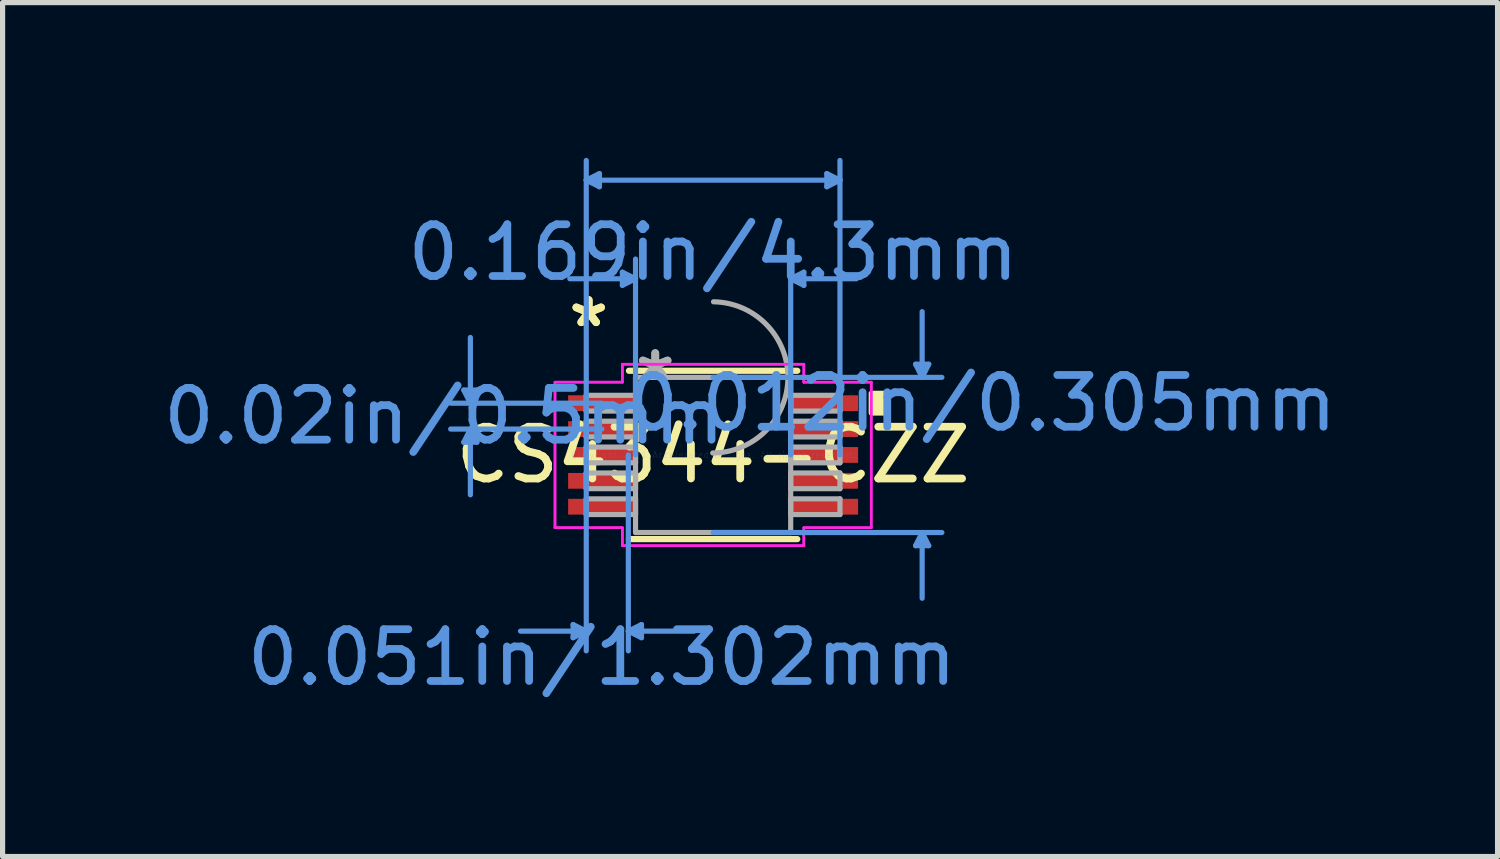
<source format=kicad_pcb>
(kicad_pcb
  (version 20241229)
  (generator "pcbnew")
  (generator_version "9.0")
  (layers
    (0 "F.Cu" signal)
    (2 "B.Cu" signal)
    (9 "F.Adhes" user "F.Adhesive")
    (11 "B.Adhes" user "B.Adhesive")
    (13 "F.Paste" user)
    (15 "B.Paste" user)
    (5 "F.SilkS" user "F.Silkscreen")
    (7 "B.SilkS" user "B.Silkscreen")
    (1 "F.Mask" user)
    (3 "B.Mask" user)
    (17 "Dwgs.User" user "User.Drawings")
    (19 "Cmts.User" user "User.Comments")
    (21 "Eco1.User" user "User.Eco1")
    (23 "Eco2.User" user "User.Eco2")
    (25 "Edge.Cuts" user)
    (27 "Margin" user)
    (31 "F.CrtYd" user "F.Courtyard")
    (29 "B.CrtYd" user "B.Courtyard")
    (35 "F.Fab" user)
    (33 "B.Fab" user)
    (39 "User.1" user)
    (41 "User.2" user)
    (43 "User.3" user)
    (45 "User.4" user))
  (footprint "CS4344-CZZ"
    (layer "F.Cu")
    (at 10.728 5.74)
    (property "Reference" "CS4344-CZZ" (at 0 0 0) (layer "F.SilkS") (effects (font (size 1 1) (thickness 0.15))))
    (attr through_hole)
    (fp_line (start -1.626 1.626) (end 1.626 1.626) (stroke (width 0.12) (type solid)) (layer "F.SilkS"))
    (fp_line (start 1.626 -1.626) (end -1.626 -1.626) (stroke (width 0.12) (type solid)) (layer "F.SilkS"))
    (fp_poly (pts (xy 3.309 -1.191) (xy 3.309 -0.81) (xy 3.055 -0.81) (xy 3.055 -1.191)) (stroke (width 0.1) (type solid)) (fill yes) (layer "F.SilkS"))
    (fp_line (start -4.817 -1.254) (end -4.563 -1.254) (stroke (width 0.1) (type solid)) (layer "Cmts.User"))
    (fp_line (start -4.817 -0.246) (end -4.563 -0.246) (stroke (width 0.1) (type solid)) (layer "Cmts.User"))
    (fp_line (start -4.69 -1) (end -4.817 -1.254) (stroke (width 0.1) (type solid)) (layer "Cmts.User"))
    (fp_line (start -4.69 -1) (end -4.69 -2.27) (stroke (width 0.1) (type solid)) (layer "Cmts.User"))
    (fp_line (start -4.69 -1) (end -4.563 -1.254) (stroke (width 0.1) (type solid)) (layer "Cmts.User"))
    (fp_line (start -4.69 -0.5) (end -4.817 -0.246) (stroke (width 0.1) (type solid)) (layer "Cmts.User"))
    (fp_line (start -4.69 -0.5) (end -4.69 0.77) (stroke (width 0.1) (type solid)) (layer "Cmts.User"))
    (fp_line (start -4.69 -0.5) (end -4.563 -0.246) (stroke (width 0.1) (type solid)) (layer "Cmts.User"))
    (fp_line (start -2.705 3.277) (end -2.705 3.531) (stroke (width 0.1) (type solid)) (layer "Cmts.User"))
    (fp_line (start -2.451 -5.309) (end -2.197 -5.436) (stroke (width 0.1) (type solid)) (layer "Cmts.User"))
    (fp_line (start -2.451 -5.309) (end -2.197 -5.182) (stroke (width 0.1) (type solid)) (layer "Cmts.User"))
    (fp_line (start -2.451 -5.309) (end 2.451 -5.309) (stroke (width 0.1) (type solid)) (layer "Cmts.User"))
    (fp_line (start -2.451 0) (end -2.451 -5.69) (stroke (width 0.1) (type solid)) (layer "Cmts.User"))
    (fp_line (start -2.451 0) (end -2.451 3.785) (stroke (width 0.1) (type solid)) (layer "Cmts.User"))
    (fp_line (start -2.451 3.404) (end -3.721 3.404) (stroke (width 0.1) (type solid)) (layer "Cmts.User"))
    (fp_line (start -2.451 3.404) (end -2.705 3.277) (stroke (width 0.1) (type solid)) (layer "Cmts.User"))
    (fp_line (start -2.451 3.404) (end -2.705 3.531) (stroke (width 0.1) (type solid)) (layer "Cmts.User"))
    (fp_line (start -2.197 -5.436) (end -2.197 -5.182) (stroke (width 0.1) (type solid)) (layer "Cmts.User"))
    (fp_line (start -2.15 -1) (end -5.071 -1) (stroke (width 0.1) (type solid)) (layer "Cmts.User"))
    (fp_line (start -2.15 -0.5) (end -5.071 -0.5) (stroke (width 0.1) (type solid)) (layer "Cmts.User"))
    (fp_line (start -1.753 -3.531) (end -1.753 -3.277) (stroke (width 0.1) (type solid)) (layer "Cmts.User"))
    (fp_line (start -1.638 0) (end -1.638 3.785) (stroke (width 0.1) (type solid)) (layer "Cmts.User"))
    (fp_line (start -1.638 3.404) (end -1.384 3.277) (stroke (width 0.1) (type solid)) (layer "Cmts.User"))
    (fp_line (start -1.638 3.404) (end -1.384 3.531) (stroke (width 0.1) (type solid)) (layer "Cmts.User"))
    (fp_line (start -1.638 3.404) (end -0.368 3.404) (stroke (width 0.1) (type solid)) (layer "Cmts.User"))
    (fp_line (start -1.499 -3.404) (end -2.769 -3.404) (stroke (width 0.1) (type solid)) (layer "Cmts.User"))
    (fp_line (start -1.499 -3.404) (end -1.753 -3.531) (stroke (width 0.1) (type solid)) (layer "Cmts.User"))
    (fp_line (start -1.499 -3.404) (end -1.753 -3.277) (stroke (width 0.1) (type solid)) (layer "Cmts.User"))
    (fp_line (start -1.499 0) (end -1.499 -3.785) (stroke (width 0.1) (type solid)) (layer "Cmts.User"))
    (fp_line (start -1.384 3.277) (end -1.384 3.531) (stroke (width 0.1) (type solid)) (layer "Cmts.User"))
    (fp_line (start 0 -1.499) (end 4.42 -1.499) (stroke (width 0.1) (type solid)) (layer "Cmts.User"))
    (fp_line (start 0 1.499) (end 4.42 1.499) (stroke (width 0.1) (type solid)) (layer "Cmts.User"))
    (fp_line (start 1.499 -3.404) (end 1.753 -3.531) (stroke (width 0.1) (type solid)) (layer "Cmts.User"))
    (fp_line (start 1.499 -3.404) (end 1.753 -3.277) (stroke (width 0.1) (type solid)) (layer "Cmts.User"))
    (fp_line (start 1.499 -3.404) (end 2.769 -3.404) (stroke (width 0.1) (type solid)) (layer "Cmts.User"))
    (fp_line (start 1.499 0) (end 1.499 -3.785) (stroke (width 0.1) (type solid)) (layer "Cmts.User"))
    (fp_line (start 1.753 -3.531) (end 1.753 -3.277) (stroke (width 0.1) (type solid)) (layer "Cmts.User"))
    (fp_line (start 2.197 -5.436) (end 2.197 -5.182) (stroke (width 0.1) (type solid)) (layer "Cmts.User"))
    (fp_line (start 2.451 -5.309) (end 2.197 -5.436) (stroke (width 0.1) (type solid)) (layer "Cmts.User"))
    (fp_line (start 2.451 -5.309) (end 2.197 -5.182) (stroke (width 0.1) (type solid)) (layer "Cmts.User"))
    (fp_line (start 2.451 0) (end 2.451 -5.69) (stroke (width 0.1) (type solid)) (layer "Cmts.User"))
    (fp_line (start 3.912 -1.753) (end 4.166 -1.753) (stroke (width 0.1) (type solid)) (layer "Cmts.User"))
    (fp_line (start 3.912 1.753) (end 4.166 1.753) (stroke (width 0.1) (type solid)) (layer "Cmts.User"))
    (fp_line (start 4.039 -1.499) (end 3.912 -1.753) (stroke (width 0.1) (type solid)) (layer "Cmts.User"))
    (fp_line (start 4.039 -1.499) (end 4.039 -2.769) (stroke (width 0.1) (type solid)) (layer "Cmts.User"))
    (fp_line (start 4.039 -1.499) (end 4.166 -1.753) (stroke (width 0.1) (type solid)) (layer "Cmts.User"))
    (fp_line (start 4.039 1.499) (end 3.912 1.753) (stroke (width 0.1) (type solid)) (layer "Cmts.User"))
    (fp_line (start 4.039 1.499) (end 4.039 2.769) (stroke (width 0.1) (type solid)) (layer "Cmts.User"))
    (fp_line (start 4.039 1.499) (end 4.166 1.753) (stroke (width 0.1) (type solid)) (layer "Cmts.User"))
    (fp_line (start -3.055 -1.406) (end -1.753 -1.406) (stroke (width 0.05) (type solid)) (layer "F.CrtYd"))
    (fp_line (start -3.055 -1.406) (end -1.753 -1.406) (stroke (width 0.05) (type solid)) (layer "F.CrtYd"))
    (fp_line (start -3.055 1.406) (end -3.055 -1.406) (stroke (width 0.05) (type solid)) (layer "F.CrtYd"))
    (fp_line (start -3.055 1.406) (end -3.055 -1.406) (stroke (width 0.05) (type solid)) (layer "F.CrtYd"))
    (fp_line (start -3.055 1.406) (end -1.753 1.406) (stroke (width 0.05) (type solid)) (layer "F.CrtYd"))
    (fp_line (start -1.753 -1.753) (end 1.753 -1.753) (stroke (width 0.05) (type solid)) (layer "F.CrtYd"))
    (fp_line (start -1.753 -1.753) (end 1.753 -1.753) (stroke (width 0.05) (type solid)) (layer "F.CrtYd"))
    (fp_line (start -1.753 -1.406) (end -1.753 -1.753) (stroke (width 0.05) (type solid)) (layer "F.CrtYd"))
    (fp_line (start -1.753 -1.406) (end -1.753 -1.753) (stroke (width 0.05) (type solid)) (layer "F.CrtYd"))
    (fp_line (start -1.753 1.406) (end -3.055 1.406) (stroke (width 0.05) (type solid)) (layer "F.CrtYd"))
    (fp_line (start -1.753 1.753) (end -1.753 1.406) (stroke (width 0.05) (type solid)) (layer "F.CrtYd"))
    (fp_line (start -1.753 1.753) (end -1.753 1.406) (stroke (width 0.05) (type solid)) (layer "F.CrtYd"))
    (fp_line (start 1.753 -1.753) (end 1.753 -1.406) (stroke (width 0.05) (type solid)) (layer "F.CrtYd"))
    (fp_line (start 1.753 -1.753) (end 1.753 -1.406) (stroke (width 0.05) (type solid)) (layer "F.CrtYd"))
    (fp_line (start 1.753 -1.406) (end 3.055 -1.406) (stroke (width 0.05) (type solid)) (layer "F.CrtYd"))
    (fp_line (start 1.753 1.406) (end 1.753 1.753) (stroke (width 0.05) (type solid)) (layer "F.CrtYd"))
    (fp_line (start 1.753 1.406) (end 1.753 1.753) (stroke (width 0.05) (type solid)) (layer "F.CrtYd"))
    (fp_line (start 1.753 1.753) (end -1.753 1.753) (stroke (width 0.05) (type solid)) (layer "F.CrtYd"))
    (fp_line (start 1.753 1.753) (end -1.753 1.753) (stroke (width 0.05) (type solid)) (layer "F.CrtYd"))
    (fp_line (start 3.055 -1.406) (end 1.753 -1.406) (stroke (width 0.05) (type solid)) (layer "F.CrtYd"))
    (fp_line (start 3.055 -1.406) (end 3.055 1.406) (stroke (width 0.05) (type solid)) (layer "F.CrtYd"))
    (fp_line (start 3.055 -1.406) (end 3.055 1.406) (stroke (width 0.05) (type solid)) (layer "F.CrtYd"))
    (fp_line (start 3.055 1.406) (end 1.753 1.406) (stroke (width 0.05) (type solid)) (layer "F.CrtYd"))
    (fp_line (start 3.055 1.406) (end 1.753 1.406) (stroke (width 0.05) (type solid)) (layer "F.CrtYd"))
    (fp_line (start -2.451 -1.152) (end -2.451 -0.848) (stroke (width 0.1) (type solid)) (layer "F.Fab"))
    (fp_line (start -2.451 -0.848) (end -1.499 -0.848) (stroke (width 0.1) (type solid)) (layer "F.Fab"))
    (fp_line (start -2.451 -0.652) (end -2.451 -0.348) (stroke (width 0.1) (type solid)) (layer "F.Fab"))
    (fp_line (start -2.451 -0.348) (end -1.499 -0.348) (stroke (width 0.1) (type solid)) (layer "F.Fab"))
    (fp_line (start -2.451 -0.152) (end -2.451 0.152) (stroke (width 0.1) (type solid)) (layer "F.Fab"))
    (fp_line (start -2.451 0.152) (end -1.499 0.152) (stroke (width 0.1) (type solid)) (layer "F.Fab"))
    (fp_line (start -2.451 0.348) (end -2.451 0.652) (stroke (width 0.1) (type solid)) (layer "F.Fab"))
    (fp_line (start -2.451 0.652) (end -1.499 0.652) (stroke (width 0.1) (type solid)) (layer "F.Fab"))
    (fp_line (start -2.451 0.848) (end -2.451 1.152) (stroke (width 0.1) (type solid)) (layer "F.Fab"))
    (fp_line (start -2.451 1.152) (end -1.499 1.152) (stroke (width 0.1) (type solid)) (layer "F.Fab"))
    (fp_line (start -1.499 -1.499) (end -1.499 1.499) (stroke (width 0.1) (type solid)) (layer "F.Fab"))
    (fp_line (start -1.499 -1.152) (end -2.451 -1.152) (stroke (width 0.1) (type solid)) (layer "F.Fab"))
    (fp_line (start -1.499 -0.848) (end -1.499 -1.152) (stroke (width 0.1) (type solid)) (layer "F.Fab"))
    (fp_line (start -1.499 -0.652) (end -2.451 -0.652) (stroke (width 0.1) (type solid)) (layer "F.Fab"))
    (fp_line (start -1.499 -0.348) (end -1.499 -0.652) (stroke (width 0.1) (type solid)) (layer "F.Fab"))
    (fp_line (start -1.499 -0.152) (end -2.451 -0.152) (stroke (width 0.1) (type solid)) (layer "F.Fab"))
    (fp_line (start -1.499 0.152) (end -1.499 -0.152) (stroke (width 0.1) (type solid)) (layer "F.Fab"))
    (fp_line (start -1.499 0.348) (end -2.451 0.348) (stroke (width 0.1) (type solid)) (layer "F.Fab"))
    (fp_line (start -1.499 0.652) (end -1.499 0.348) (stroke (width 0.1) (type solid)) (layer "F.Fab"))
    (fp_line (start -1.499 0.848) (end -2.451 0.848) (stroke (width 0.1) (type solid)) (layer "F.Fab"))
    (fp_line (start -1.499 1.152) (end -1.499 0.848) (stroke (width 0.1) (type solid)) (layer "F.Fab"))
    (fp_line (start -1.499 1.499) (end 1.499 1.499) (stroke (width 0.1) (type solid)) (layer "F.Fab"))
    (fp_line (start 1.499 -1.499) (end -1.499 -1.499) (stroke (width 0.1) (type solid)) (layer "F.Fab"))
    (fp_line (start 1.499 -1.152) (end 1.499 -0.848) (stroke (width 0.1) (type solid)) (layer "F.Fab"))
    (fp_line (start 1.499 -0.848) (end 2.451 -0.848) (stroke (width 0.1) (type solid)) (layer "F.Fab"))
    (fp_line (start 1.499 -0.652) (end 1.499 -0.348) (stroke (width 0.1) (type solid)) (layer "F.Fab"))
    (fp_line (start 1.499 -0.348) (end 2.451 -0.348) (stroke (width 0.1) (type solid)) (layer "F.Fab"))
    (fp_line (start 1.499 -0.152) (end 1.499 0.152) (stroke (width 0.1) (type solid)) (layer "F.Fab"))
    (fp_line (start 1.499 0.152) (end 2.451 0.152) (stroke (width 0.1) (type solid)) (layer "F.Fab"))
    (fp_line (start 1.499 0.348) (end 1.499 0.652) (stroke (width 0.1) (type solid)) (layer "F.Fab"))
    (fp_line (start 1.499 0.652) (end 2.451 0.652) (stroke (width 0.1) (type solid)) (layer "F.Fab"))
    (fp_line (start 1.499 0.848) (end 1.499 1.152) (stroke (width 0.1) (type solid)) (layer "F.Fab"))
    (fp_line (start 1.499 1.152) (end 2.451 1.152) (stroke (width 0.1) (type solid)) (layer "F.Fab"))
    (fp_line (start 1.499 1.499) (end 1.499 -1.499) (stroke (width 0.1) (type solid)) (layer "F.Fab"))
    (fp_line (start 2.451 -1.152) (end 1.499 -1.152) (stroke (width 0.1) (type solid)) (layer "F.Fab"))
    (fp_line (start 2.451 -0.848) (end 2.451 -1.152) (stroke (width 0.1) (type solid)) (layer "F.Fab"))
    (fp_line (start 2.451 -0.652) (end 1.499 -0.652) (stroke (width 0.1) (type solid)) (layer "F.Fab"))
    (fp_line (start 2.451 -0.348) (end 2.451 -0.652) (stroke (width 0.1) (type solid)) (layer "F.Fab"))
    (fp_line (start 2.451 -0.152) (end 1.499 -0.152) (stroke (width 0.1) (type solid)) (layer "F.Fab"))
    (fp_line (start 2.451 0.152) (end 2.451 -0.152) (stroke (width 0.1) (type solid)) (layer "F.Fab"))
    (fp_line (start 2.451 0.348) (end 1.499 0.348) (stroke (width 0.1) (type solid)) (layer "F.Fab"))
    (fp_line (start 2.451 0.652) (end 2.451 0.348) (stroke (width 0.1) (type solid)) (layer "F.Fab"))
    (fp_line (start 2.451 0.848) (end 1.499 0.848) (stroke (width 0.1) (type solid)) (layer "F.Fab"))
    (fp_line (start 2.451 1.152) (end 2.451 0.848) (stroke (width 0.1) (type solid)) (layer "F.Fab"))
    (fp_arc (start 0.007742 -2.959136) (mid 1.460536 -1.490858) (end -0.007742 -0.038064) (stroke (width 0.1) (type solid)) (layer "F.Fab"))
    (fp_text user "*" (at -2.404 -2.448 0) (layer "F.SilkS") (effects (font (size 1 1) (thickness 0.15))))
    (fp_text user "*" (at -2.404 -2.448 0) (layer "F.SilkS") (effects (font (size 1 1) (thickness 0.15))))
    (fp_text user "Copyright 2021 Accelerated Designs. All rights reserved." (at 0 0 0) (layer "Cmts.User") (effects (font (size 0.127 0.127) (thickness 0.002))))
    (fp_text user "0.051in/1.302mm" (at -2.15 3.912 0) (layer "Cmts.User") (effects (font (size 1 1) (thickness 0.15))))
    (fp_text user "0.02in/0.5mm" (at -5.198 -0.75 0) (layer "Cmts.User") (effects (font (size 1 1) (thickness 0.15))))
    (fp_text user "0.169in/4.3mm" (at 0 -3.912 0) (layer "Cmts.User") (effects (font (size 1 1) (thickness 0.15))))
    (fp_text user "0.012in/0.305mm" (at 5.198 -1 0) (layer "Cmts.User") (effects (font (size 1 1) (thickness 0.15))))
    (fp_text user "*" (at -1.118 -1.422 0) (layer "F.Fab") (effects (font (size 1 1) (thickness 0.15))))
    (fp_text user "*" (at -1.118 -1.422 0) (layer "F.Fab") (effects (font (size 1 1) (thickness 0.15))))
    (pad "1" smd rect (at -2.15 -1) (size 1.302 0.305) (layers "F.Cu" "F.Mask" "F.Paste"))
    (pad "2" smd rect (at -2.15 -0.5) (size 1.302 0.305) (layers "F.Cu" "F.Mask" "F.Paste"))
    (pad "3" smd rect (at -2.15 0) (size 1.302 0.305) (layers "F.Cu" "F.Mask" "F.Paste"))
    (pad "4" smd rect (at -2.15 0.5) (size 1.302 0.305) (layers "F.Cu" "F.Mask" "F.Paste"))
    (pad "5" smd rect (at -2.15 1) (size 1.302 0.305) (layers "F.Cu" "F.Mask" "F.Paste"))
    (pad "6" smd rect (at 2.15 1) (size 1.302 0.305) (layers "F.Cu" "F.Mask" "F.Paste"))
    (pad "7" smd rect (at 2.15 0.5) (size 1.302 0.305) (layers "F.Cu" "F.Mask" "F.Paste"))
    (pad "8" smd rect (at 2.15 0) (size 1.302 0.305) (layers "F.Cu" "F.Mask" "F.Paste"))
    (pad "9" smd rect (at 2.15 -0.5) (size 1.302 0.305) (layers "F.Cu" "F.Mask" "F.Paste"))
    (pad "10" smd rect (at 2.15 -1) (size 1.302 0.305) (layers "F.Cu" "F.Mask" "F.Paste")))
  (gr_rect
    (start -3 -3)
    (end 25.884 13.499)
    (stroke (width 0.1) (type default))
    (fill no)
    (layer "Edge.Cuts")))
</source>
